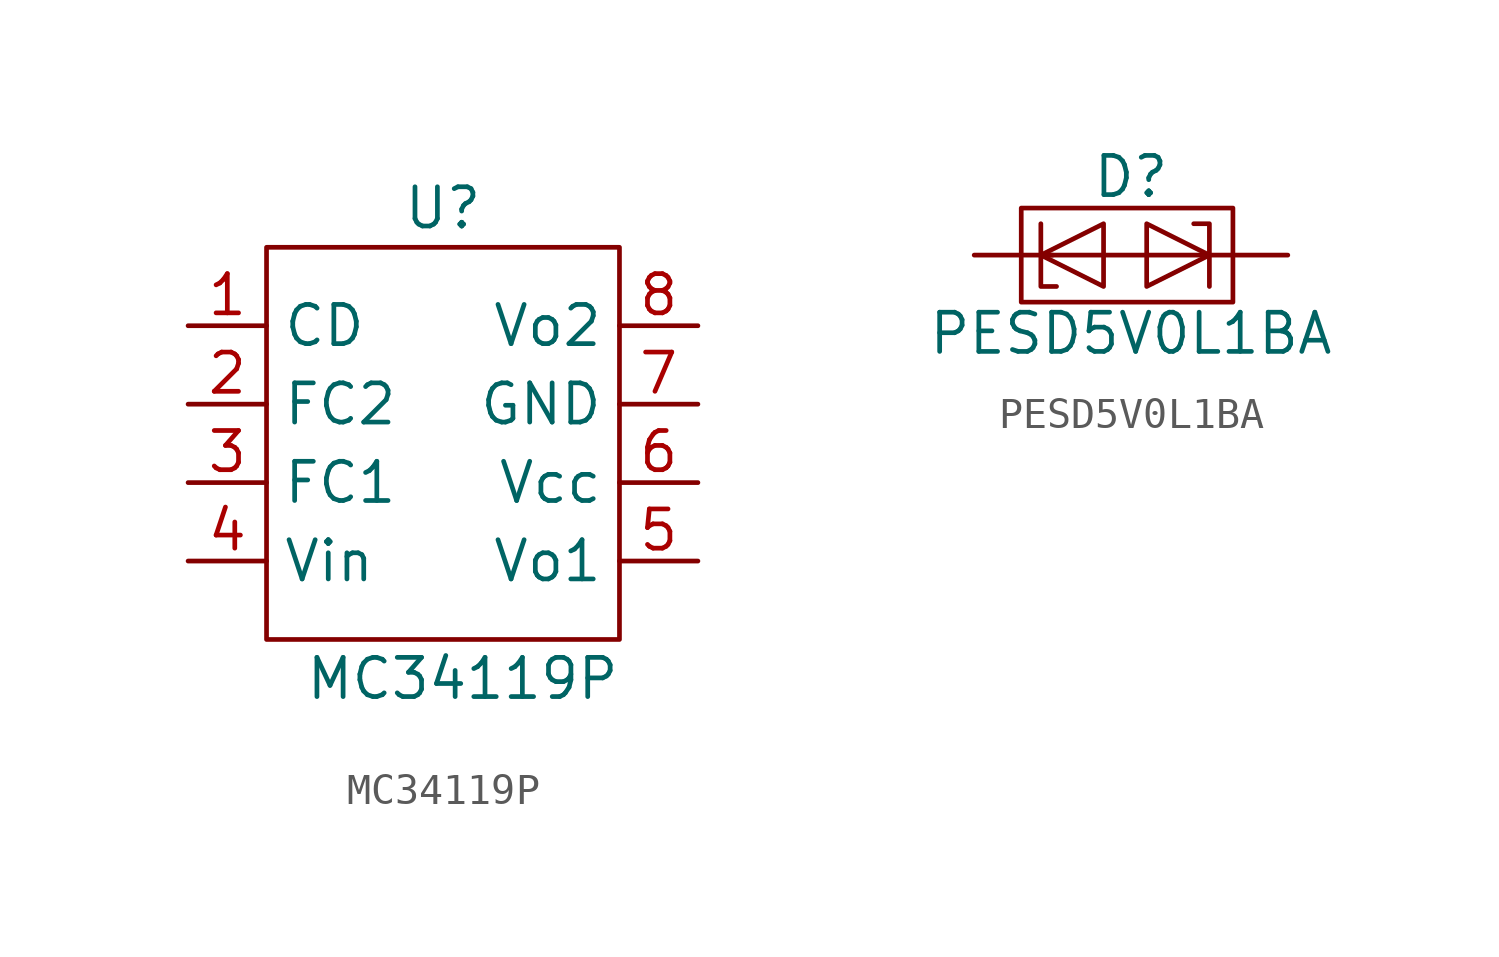
<source format=kicad_sym>
(kicad_symbol_lib
  (version 20211014)
  (generator kicad_symbol_editor)
  (symbol "MC34119P"
    (property "Reference" "U"
      (at -0.635 0 0)
      (effects (font (size 1.27 1.27))))
    (property "Value" "MC34119P"
      (at 0 -15.24 0)
      (effects (font (size 1.27 1.27))))
    (symbol "MC34119P_0_1"
      (rectangle (start -6.35 -1.27) (end 5.08 -13.97) (stroke (width 0.152) (type default) (color 0 0 0 0)) (fill (type none))))
    (symbol "MC34119P_1_1"
      (pin input line (at -8.89 -3.81 0) (length 2.54) (name "CD" (effects (font (size 1.27 1.27)))) (number "1" (effects (font (size 1.27 1.27)))))
      (pin passive line (at -8.89 -6.35 0) (length 2.54) (name "FC2" (effects (font (size 1.27 1.27)))) (number "2" (effects (font (size 1.27 1.27)))))
      (pin passive line (at -8.89 -8.89 0) (length 2.54) (name "FC1" (effects (font (size 1.27 1.27)))) (number "3" (effects (font (size 1.27 1.27)))))
      (pin input line (at -8.89 -11.43 0) (length 2.54) (name "Vin" (effects (font (size 1.27 1.27)))) (number "4" (effects (font (size 1.27 1.27)))))
      (pin output line (at 7.62 -11.43 180) (length 2.54) (name "Vo1" (effects (font (size 1.27 1.27)))) (number "5" (effects (font (size 1.27 1.27)))))
      (pin power_in line (at 7.62 -8.89 180) (length 2.54) (name "Vcc" (effects (font (size 1.27 1.27)))) (number "6" (effects (font (size 1.27 1.27)))))
      (pin power_in line (at 7.62 -6.35 180) (length 2.54) (name "GND" (effects (font (size 1.27 1.27)))) (number "7" (effects (font (size 1.27 1.27)))))
      (pin output line (at 7.62 -3.81 180) (length 2.54) (name "Vo2" (effects (font (size 1.27 1.27)))) (number "8" (effects (font (size 1.27 1.27)))))))
  (symbol "PESD5V0L1BA"
    (pin_numbers hide)
    (pin_names hide)
    (property "Reference" "D"
      (at 0 2.54 0)
      (effects (font (size 1.27 1.27))))
    (property "Value" "PESD5V0L1BA"
      (at 0 -2.54 0)
      (effects (font (size 1.27 1.27))))
    (symbol "PESD5V0L1BA_0_1"
      (polyline (pts (xy -2.921 0) (xy 0.508 0)) (stroke (width 0) (type default) (color 0 0 0 0)) (fill (type none)))
      (polyline (pts (xy 2.54 0) (xy 0.508 0)) (stroke (width 0) (type default) (color 0 0 0 0)) (fill (type none)))
      (polyline (pts (xy -2.921 1.016) (xy -2.921 -1.016) (xy -2.413 -1.016)) (stroke (width 0) (type default) (color 0 0 0 0)) (fill (type none)))
      (polyline (pts (xy 2.54 -1.016) (xy 2.54 1.016) (xy 2.032 1.016)) (stroke (width 0) (type default) (color 0 0 0 0)) (fill (type none)))
      (polyline (pts (xy -0.889 1.016) (xy -2.921 0) (xy -0.889 -1.016) (xy -0.889 1.016)) (stroke (width 0) (type default) (color 0 0 0 0)) (fill (type none)))
      (polyline (pts (xy 0.508 -1.016) (xy 2.54 0) (xy 0.508 1.016) (xy 0.508 -1.016)) (stroke (width 0) (type default) (color 0 0 0 0)) (fill (type none))))
    (symbol "PESD5V0L1BA_1_1"
      (rectangle (start -3.556 1.524) (end 3.302 -1.524) (stroke (width 0.152) (type default) (color 0 0 0 0)) (fill (type none)))
      (pin passive line (at -5.08 0 0) (length 2.54) (name "K1" (effects (font (size 1.27 1.27)))) (number "1" (effects (font (size 1.27 1.27)))))
      (pin passive line (at 5.08 0 180) (length 2.54) (name "A" (effects (font (size 1.27 1.27)))) (number "2" (effects (font (size 1.27 1.27)))))
      (pin passive line (at 5.08 0 180) (length 2.54) hide (name "A" (effects (font (size 1.27 1.27)))) (number "5" (effects (font (size 1.27 1.27))))))))
</source>
